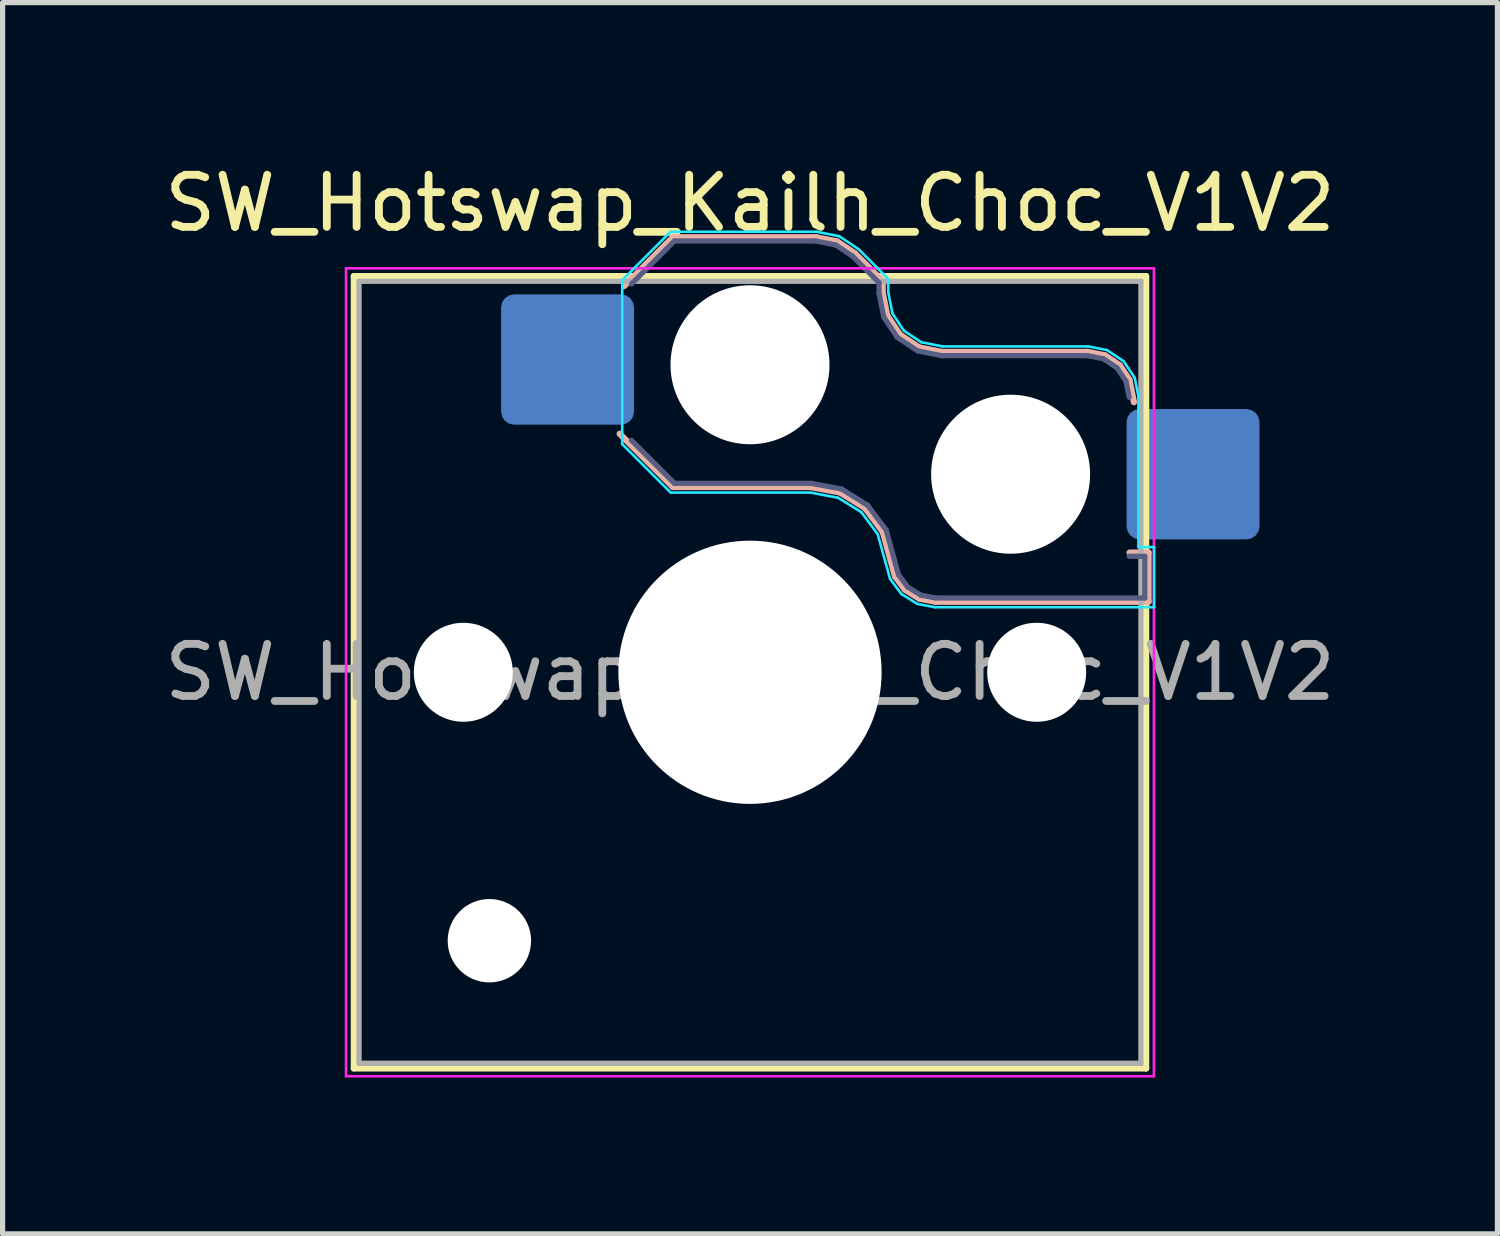
<source format=kicad_pcb>
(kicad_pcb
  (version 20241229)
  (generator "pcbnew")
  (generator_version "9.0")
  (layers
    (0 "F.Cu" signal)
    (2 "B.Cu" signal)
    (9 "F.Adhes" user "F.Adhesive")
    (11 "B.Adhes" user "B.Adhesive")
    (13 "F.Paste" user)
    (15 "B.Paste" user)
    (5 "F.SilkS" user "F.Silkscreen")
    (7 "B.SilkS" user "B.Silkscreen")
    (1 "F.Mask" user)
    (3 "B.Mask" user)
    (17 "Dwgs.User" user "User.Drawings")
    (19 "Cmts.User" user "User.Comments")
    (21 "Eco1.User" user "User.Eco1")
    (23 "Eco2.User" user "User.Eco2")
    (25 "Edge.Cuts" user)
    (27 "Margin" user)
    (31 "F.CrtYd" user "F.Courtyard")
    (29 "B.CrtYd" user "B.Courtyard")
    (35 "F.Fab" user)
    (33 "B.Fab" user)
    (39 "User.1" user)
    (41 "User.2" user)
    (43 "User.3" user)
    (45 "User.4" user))
  (footprint "SW_Hotswap_Kailh_Choc_V1V2"
    (layer "F.Cu")
    (at 11.339 9.848)
    (property "Reference" "SW_Hotswap_Kailh_Choc_V1V2" (at 0 -9 0) (layer "F.SilkS") (effects (font (size 1 1) (thickness 0.15))))
    (attr smd)
    (fp_line (start -7.6 -7.6) (end -7.6 7.6) (stroke (width 0.12) (type solid)) (layer "F.SilkS"))
    (fp_line (start -7.6 7.6) (end 7.6 7.6) (stroke (width 0.12) (type solid)) (layer "F.SilkS"))
    (fp_line (start 7.6 -7.6) (end -7.6 -7.6) (stroke (width 0.12) (type solid)) (layer "F.SilkS"))
    (fp_line (start 7.6 7.6) (end 7.6 -7.6) (stroke (width 0.12) (type solid)) (layer "F.SilkS"))
    (fp_line (start -2.416 -7.409) (end -1.479 -8.346) (stroke (width 0.12) (type solid)) (layer "B.SilkS"))
    (fp_line (start -1.479 -8.346) (end 1.268 -8.346) (stroke (width 0.12) (type solid)) (layer "B.SilkS"))
    (fp_line (start -1.479 -3.554) (end -2.5 -4.575) (stroke (width 0.12) (type solid)) (layer "B.SilkS"))
    (fp_line (start 1.168 -3.554) (end -1.479 -3.554) (stroke (width 0.12) (type solid)) (layer "B.SilkS"))
    (fp_line (start 1.268 -8.346) (end 1.671 -8.266) (stroke (width 0.12) (type solid)) (layer "B.SilkS"))
    (fp_line (start 1.671 -8.266) (end 2.013 -8.037) (stroke (width 0.12) (type solid)) (layer "B.SilkS"))
    (fp_line (start 1.73 -3.449) (end 1.168 -3.554) (stroke (width 0.12) (type solid)) (layer "B.SilkS"))
    (fp_line (start 2.013 -8.037) (end 2.546 -7.504) (stroke (width 0.12) (type solid)) (layer "B.SilkS"))
    (fp_line (start 2.209 -3.15) (end 1.73 -3.449) (stroke (width 0.12) (type solid)) (layer "B.SilkS"))
    (fp_line (start 2.546 -7.504) (end 2.546 -7.282) (stroke (width 0.12) (type solid)) (layer "B.SilkS"))
    (fp_line (start 2.546 -7.282) (end 2.633 -6.844) (stroke (width 0.12) (type solid)) (layer "B.SilkS"))
    (fp_line (start 2.547 -2.697) (end 2.209 -3.15) (stroke (width 0.12) (type solid)) (layer "B.SilkS"))
    (fp_line (start 2.633 -6.844) (end 2.877 -6.477) (stroke (width 0.12) (type solid)) (layer "B.SilkS"))
    (fp_line (start 2.701 -2.139) (end 2.547 -2.697) (stroke (width 0.12) (type solid)) (layer "B.SilkS"))
    (fp_line (start 2.783 -1.841) (end 2.701 -2.139) (stroke (width 0.12) (type solid)) (layer "B.SilkS"))
    (fp_line (start 2.877 -6.477) (end 3.244 -6.233) (stroke (width 0.12) (type solid)) (layer "B.SilkS"))
    (fp_line (start 2.976 -1.583) (end 2.783 -1.841) (stroke (width 0.12) (type solid)) (layer "B.SilkS"))
    (fp_line (start 3.244 -6.233) (end 3.682 -6.146) (stroke (width 0.12) (type solid)) (layer "B.SilkS"))
    (fp_line (start 3.25 -1.413) (end 2.976 -1.583) (stroke (width 0.12) (type solid)) (layer "B.SilkS"))
    (fp_line (start 3.56 -1.354) (end 3.25 -1.413) (stroke (width 0.12) (type solid)) (layer "B.SilkS"))
    (fp_line (start 3.682 -6.146) (end 6.482 -6.146) (stroke (width 0.12) (type solid)) (layer "B.SilkS"))
    (fp_line (start 6.482 -6.146) (end 6.809 -6.081) (stroke (width 0.12) (type solid)) (layer "B.SilkS"))
    (fp_line (start 6.809 -6.081) (end 7.092 -5.892) (stroke (width 0.12) (type solid)) (layer "B.SilkS"))
    (fp_line (start 7.092 -5.892) (end 7.281 -5.609) (stroke (width 0.12) (type solid)) (layer "B.SilkS"))
    (fp_line (start 7.281 -5.609) (end 7.366 -5.182) (stroke (width 0.12) (type solid)) (layer "B.SilkS"))
    (fp_line (start 7.283 -2.296) (end 7.646 -2.296) (stroke (width 0.12) (type solid)) (layer "B.SilkS"))
    (fp_line (start 7.646 -2.296) (end 7.646 -1.354) (stroke (width 0.12) (type solid)) (layer "B.SilkS"))
    (fp_line (start 7.646 -1.354) (end 3.56 -1.354) (stroke (width 0.12) (type solid)) (layer "B.SilkS"))
    (fp_line (start -7.25 -7.25) (end -7.25 7.25) (stroke (width 0.1) (type solid)) (layer "Eco1.User"))
    (fp_line (start -7.25 7.25) (end 7.25 7.25) (stroke (width 0.1) (type solid)) (layer "Eco1.User"))
    (fp_line (start 7.25 -7.25) (end -7.25 -7.25) (stroke (width 0.1) (type solid)) (layer "Eco1.User"))
    (fp_line (start 7.25 7.25) (end 7.25 -7.25) (stroke (width 0.1) (type solid)) (layer "Eco1.User"))
    (fp_line (start -2.452 -7.523) (end -1.523 -8.452) (stroke (width 0.05) (type solid)) (layer "B.CrtYd"))
    (fp_line (start -2.452 -4.377) (end -2.452 -7.523) (stroke (width 0.05) (type solid)) (layer "B.CrtYd"))
    (fp_line (start -1.523 -8.452) (end 1.278 -8.452) (stroke (width 0.05) (type solid)) (layer "B.CrtYd"))
    (fp_line (start -1.523 -3.448) (end -2.452 -4.377) (stroke (width 0.05) (type solid)) (layer "B.CrtYd"))
    (fp_line (start 1.159 -3.448) (end -1.523 -3.448) (stroke (width 0.05) (type solid)) (layer "B.CrtYd"))
    (fp_line (start 1.278 -8.452) (end 1.712 -8.366) (stroke (width 0.05) (type solid)) (layer "B.CrtYd"))
    (fp_line (start 1.691 -3.348) (end 1.159 -3.448) (stroke (width 0.05) (type solid)) (layer "B.CrtYd"))
    (fp_line (start 1.712 -8.366) (end 2.081 -8.119) (stroke (width 0.05) (type solid)) (layer "B.CrtYd"))
    (fp_line (start 2.081 -8.119) (end 2.652 -7.548) (stroke (width 0.05) (type solid)) (layer "B.CrtYd"))
    (fp_line (start 2.136 -3.071) (end 1.691 -3.348) (stroke (width 0.05) (type solid)) (layer "B.CrtYd"))
    (fp_line (start 2.45 -2.65) (end 2.136 -3.071) (stroke (width 0.05) (type solid)) (layer "B.CrtYd"))
    (fp_line (start 2.599 -2.111) (end 2.45 -2.65) (stroke (width 0.05) (type solid)) (layer "B.CrtYd"))
    (fp_line (start 2.652 -7.548) (end 2.652 -7.292) (stroke (width 0.05) (type solid)) (layer "B.CrtYd"))
    (fp_line (start 2.652 -7.292) (end 2.733 -6.885) (stroke (width 0.05) (type solid)) (layer "B.CrtYd"))
    (fp_line (start 2.687 -1.794) (end 2.599 -2.111) (stroke (width 0.05) (type solid)) (layer "B.CrtYd"))
    (fp_line (start 2.733 -6.885) (end 2.953 -6.553) (stroke (width 0.05) (type solid)) (layer "B.CrtYd"))
    (fp_line (start 2.903 -1.503) (end 2.687 -1.794) (stroke (width 0.05) (type solid)) (layer "B.CrtYd"))
    (fp_line (start 2.953 -6.553) (end 3.285 -6.333) (stroke (width 0.05) (type solid)) (layer "B.CrtYd"))
    (fp_line (start 3.211 -1.312) (end 2.903 -1.503) (stroke (width 0.05) (type solid)) (layer "B.CrtYd"))
    (fp_line (start 3.285 -6.333) (end 3.692 -6.252) (stroke (width 0.05) (type solid)) (layer "B.CrtYd"))
    (fp_line (start 3.55 -1.248) (end 3.211 -1.312) (stroke (width 0.05) (type solid)) (layer "B.CrtYd"))
    (fp_line (start 3.692 -6.252) (end 6.492 -6.252) (stroke (width 0.05) (type solid)) (layer "B.CrtYd"))
    (fp_line (start 6.492 -6.252) (end 6.85 -6.181) (stroke (width 0.05) (type solid)) (layer "B.CrtYd"))
    (fp_line (start 6.85 -6.181) (end 7.168 -5.968) (stroke (width 0.05) (type solid)) (layer "B.CrtYd"))
    (fp_line (start 7.168 -5.968) (end 7.381 -5.65) (stroke (width 0.05) (type solid)) (layer "B.CrtYd"))
    (fp_line (start 7.381 -5.65) (end 7.452 -5.292) (stroke (width 0.05) (type solid)) (layer "B.CrtYd"))
    (fp_line (start 7.452 -5.292) (end 7.452 -2.402) (stroke (width 0.05) (type solid)) (layer "B.CrtYd"))
    (fp_line (start 7.452 -2.402) (end 7.752 -2.402) (stroke (width 0.05) (type solid)) (layer "B.CrtYd"))
    (fp_line (start 7.752 -2.402) (end 7.752 -1.248) (stroke (width 0.05) (type solid)) (layer "B.CrtYd"))
    (fp_line (start 7.752 -1.248) (end 3.55 -1.248) (stroke (width 0.05) (type solid)) (layer "B.CrtYd"))
    (fp_line (start -7.75 -7.75) (end -7.75 7.75) (stroke (width 0.05) (type solid)) (layer "F.CrtYd"))
    (fp_line (start -7.75 7.75) (end 7.75 7.75) (stroke (width 0.05) (type solid)) (layer "F.CrtYd"))
    (fp_line (start 7.75 -7.75) (end -7.75 -7.75) (stroke (width 0.05) (type solid)) (layer "F.CrtYd"))
    (fp_line (start 7.75 7.75) (end 7.75 -7.75) (stroke (width 0.05) (type solid)) (layer "F.CrtYd"))
    (fp_line (start -2.275 -7.45) (end -1.45 -8.275) (stroke (width 0.1) (type solid)) (layer "B.Fab"))
    (fp_line (start -1.45 -8.275) (end 1.261 -8.275) (stroke (width 0.1) (type solid)) (layer "B.Fab"))
    (fp_line (start -1.45 -3.625) (end -2.275 -4.45) (stroke (width 0.1) (type solid)) (layer "B.Fab"))
    (fp_line (start 1.175 -3.625) (end -1.45 -3.625) (stroke (width 0.1) (type solid)) (layer "B.Fab"))
    (fp_line (start 1.261 -8.275) (end 1.643 -8.199) (stroke (width 0.1) (type solid)) (layer "B.Fab"))
    (fp_line (start 1.643 -8.199) (end 1.968 -7.982) (stroke (width 0.1) (type solid)) (layer "B.Fab"))
    (fp_line (start 1.756 -3.516) (end 1.175 -3.625) (stroke (width 0.1) (type solid)) (layer "B.Fab"))
    (fp_line (start 1.968 -7.982) (end 2.475 -7.475) (stroke (width 0.1) (type solid)) (layer "B.Fab"))
    (fp_line (start 2.258 -3.203) (end 1.756 -3.516) (stroke (width 0.1) (type solid)) (layer "B.Fab"))
    (fp_line (start 2.475 -7.475) (end 2.475 -7.275) (stroke (width 0.1) (type solid)) (layer "B.Fab"))
    (fp_line (start 2.475 -7.275) (end 2.566 -6.816) (stroke (width 0.1) (type solid)) (layer "B.Fab"))
    (fp_line (start 2.566 -6.816) (end 2.826 -6.426) (stroke (width 0.1) (type solid)) (layer "B.Fab"))
    (fp_line (start 2.612 -2.729) (end 2.258 -3.203) (stroke (width 0.1) (type solid)) (layer "B.Fab"))
    (fp_line (start 2.769 -2.158) (end 2.612 -2.729) (stroke (width 0.1) (type solid)) (layer "B.Fab"))
    (fp_line (start 2.826 -6.426) (end 3.216 -6.166) (stroke (width 0.1) (type solid)) (layer "B.Fab"))
    (fp_line (start 2.848 -1.873) (end 2.769 -2.158) (stroke (width 0.1) (type solid)) (layer "B.Fab"))
    (fp_line (start 3.025 -1.636) (end 2.848 -1.873) (stroke (width 0.1) (type solid)) (layer "B.Fab"))
    (fp_line (start 3.216 -6.166) (end 3.675 -6.075) (stroke (width 0.1) (type solid)) (layer "B.Fab"))
    (fp_line (start 3.276 -1.48) (end 3.025 -1.636) (stroke (width 0.1) (type solid)) (layer "B.Fab"))
    (fp_line (start 3.567 -1.425) (end 3.276 -1.48) (stroke (width 0.1) (type solid)) (layer "B.Fab"))
    (fp_line (start 3.675 -6.075) (end 6.475 -6.075) (stroke (width 0.1) (type solid)) (layer "B.Fab"))
    (fp_line (start 6.475 -6.075) (end 6.781 -6.014) (stroke (width 0.1) (type solid)) (layer "B.Fab"))
    (fp_line (start 6.781 -6.014) (end 7.041 -5.841) (stroke (width 0.1) (type solid)) (layer "B.Fab"))
    (fp_line (start 7.041 -5.841) (end 7.214 -5.581) (stroke (width 0.1) (type solid)) (layer "B.Fab"))
    (fp_line (start 7.214 -5.581) (end 7.275 -5.275) (stroke (width 0.1) (type solid)) (layer "B.Fab"))
    (fp_line (start 7.275 -2.225) (end 7.575 -2.225) (stroke (width 0.1) (type solid)) (layer "B.Fab"))
    (fp_line (start 7.575 -2.225) (end 7.575 -1.425) (stroke (width 0.1) (type solid)) (layer "B.Fab"))
    (fp_line (start 7.575 -1.425) (end 3.567 -1.425) (stroke (width 0.1) (type solid)) (layer "B.Fab"))
    (fp_line (start -7.5 -7.5) (end -7.5 7.5) (stroke (width 0.1) (type solid)) (layer "F.Fab"))
    (fp_line (start -7.5 7.5) (end 7.5 7.5) (stroke (width 0.1) (type solid)) (layer "F.Fab"))
    (fp_line (start 7.5 -7.5) (end -7.5 -7.5) (stroke (width 0.1) (type solid)) (layer "F.Fab"))
    (fp_line (start 7.5 7.5) (end 7.5 -7.5) (stroke (width 0.1) (type solid)) (layer "F.Fab"))
    (fp_text user "${REFERENCE}" (at 0 0 0) (layer "F.Fab") (effects (font (size 1 1) (thickness 0.15))))
    (pad "" np_thru_hole circle (at -5.5 0) (size 1.9 1.9) (drill 1.9) (layers "*.Cu" "*.Mask"))
    (pad "" np_thru_hole circle (at -5 5.15) (size 1.6 1.6) (drill 1.6) (layers "*.Cu" "*.Mask"))
    (pad "" np_thru_hole circle (at 0 -5.9) (size 3.05 3.05) (drill 3.05) (layers "*.Cu" "*.Mask"))
    (pad "" np_thru_hole circle (at 0 0) (size 5.05 5.05) (drill 5.05) (layers "*.Cu" "*.Mask"))
    (pad "" np_thru_hole circle (at 5 -3.8) (size 3.05 3.05) (drill 3.05) (layers "*.Cu" "*.Mask"))
    (pad "" np_thru_hole circle (at 5.5 0) (size 1.9 1.9) (drill 1.9) (layers "*.Cu" "*.Mask"))
    (pad "1" smd roundrect (at -3.5 -6) (size 2.55 2.5) (layers "B.Cu" "B.Mask" "B.Paste") (roundrect_rratio 0.1))
    (pad "2" smd roundrect (at 8.5 -3.8) (size 2.55 2.5) (layers "B.Cu" "B.Mask" "B.Paste") (roundrect_rratio 0.1)))
  (gr_rect
    (start -3 -3)
    (end 25.679 20.623)
    (stroke (width 0.1) (type default))
    (fill no)
    (layer "Edge.Cuts")))
</source>
